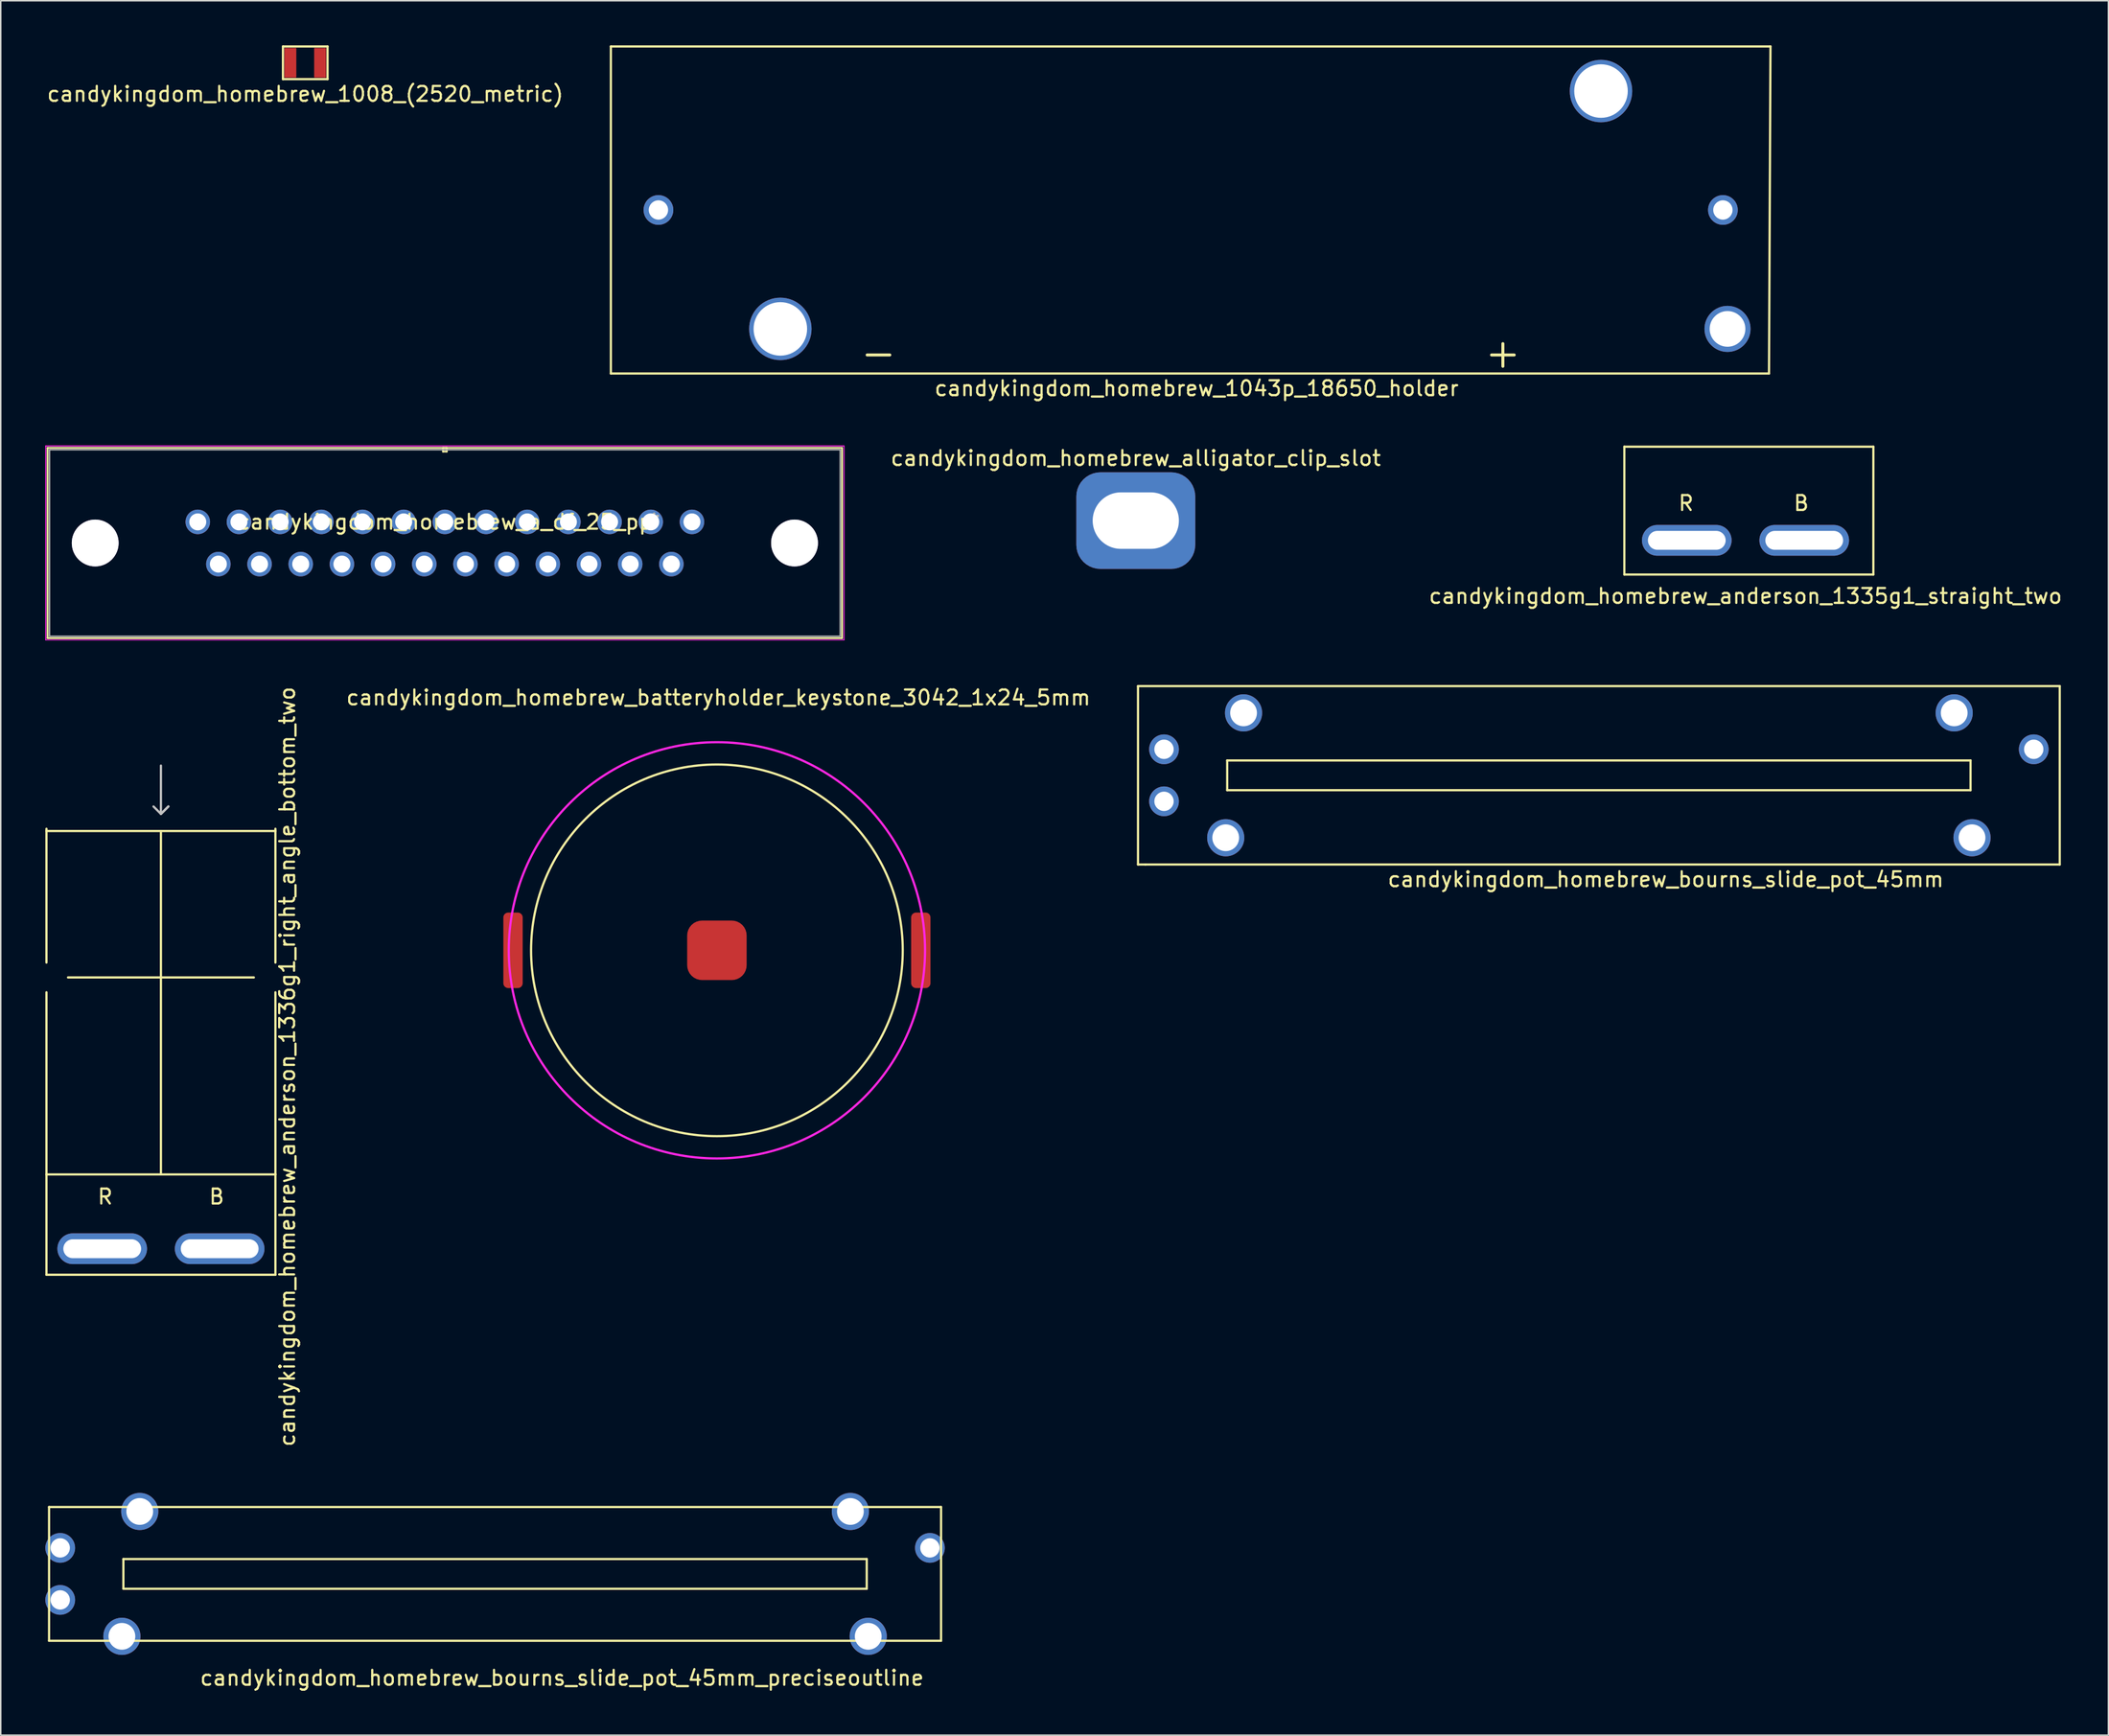
<source format=kicad_pcb>
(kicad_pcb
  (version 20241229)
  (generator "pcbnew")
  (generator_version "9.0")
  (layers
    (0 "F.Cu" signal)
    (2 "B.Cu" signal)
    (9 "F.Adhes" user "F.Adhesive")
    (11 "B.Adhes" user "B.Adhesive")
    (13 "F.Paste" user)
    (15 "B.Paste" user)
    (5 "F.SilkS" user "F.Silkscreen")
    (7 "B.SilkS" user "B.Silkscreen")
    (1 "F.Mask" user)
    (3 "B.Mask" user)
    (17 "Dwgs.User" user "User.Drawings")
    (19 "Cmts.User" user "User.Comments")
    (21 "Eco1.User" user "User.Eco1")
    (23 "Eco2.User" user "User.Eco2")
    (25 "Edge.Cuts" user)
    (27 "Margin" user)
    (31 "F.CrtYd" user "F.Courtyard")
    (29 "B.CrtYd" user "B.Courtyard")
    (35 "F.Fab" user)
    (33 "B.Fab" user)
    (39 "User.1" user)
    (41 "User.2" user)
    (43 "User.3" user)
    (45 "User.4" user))
  (footprint "candykingdom_homebrew_bourns_slide_pot_45mm"
    (layer "F.Cu")
    (at 104.496 49.104)
    (property "Reference" "candykingdom_homebrew_bourns_slide_pot_45mm" (at 4.5 7 0) (layer "F.SilkS") (effects (font (size 1 1) (thickness 0.15))))
    (attr through_hole)
    (fp_line (start -31 -6) (end 31 -6) (stroke (width 0.15) (type solid)) (layer "F.SilkS"))
    (fp_line (start -31 6) (end -31 -6) (stroke (width 0.15) (type solid)) (layer "F.SilkS"))
    (fp_line (start -30.5 6) (end -31 6) (stroke (width 0.15) (type solid)) (layer "F.SilkS"))
    (fp_line (start -25 -1) (end -25 1) (stroke (width 0.15) (type solid)) (layer "F.SilkS"))
    (fp_line (start -25 1) (end 25 1) (stroke (width 0.15) (type solid)) (layer "F.SilkS"))
    (fp_line (start 25 -1) (end -25 -1) (stroke (width 0.15) (type solid)) (layer "F.SilkS"))
    (fp_line (start 25 1) (end 25 -1) (stroke (width 0.15) (type solid)) (layer "F.SilkS"))
    (fp_line (start 31 -6) (end 31 6) (stroke (width 0.15) (type solid)) (layer "F.SilkS"))
    (fp_line (start 31 6) (end -30.5 6) (stroke (width 0.15) (type solid)) (layer "F.SilkS"))
    (pad "1" thru_hole circle (at -29.25 -1.75) (size 2 2) (drill 1.3) (layers "*.Cu" "*.Mask"))
    (pad "2" thru_hole circle (at -29.25 1.75) (size 2 2) (drill 1.3) (layers "*.Cu" "*.Mask"))
    (pad "3" thru_hole circle (at 29.25 -1.75) (size 2 2) (drill 1.3) (layers "*.Cu" "*.Mask"))
    (pad "4" thru_hole circle (at -25.1 4.2) (size 2.5 2.5) (drill 1.8) (layers "*.Cu" "*.Mask"))
    (pad "4" thru_hole circle (at -23.9 -4.2) (size 2.5 2.5) (drill 1.8) (layers "*.Cu" "*.Mask"))
    (pad "4" thru_hole circle (at 23.9 -4.2) (size 2.5 2.5) (drill 1.8) (layers "*.Cu" "*.Mask"))
    (pad "4" thru_hole circle (at 25.1 4.2) (size 2.5 2.5) (drill 1.8) (layers "*.Cu" "*.Mask")))
  (footprint "candykingdom_homebrew_1008_(2520_metric)"
    (layer "F.Cu")
    (at 17.482 1.175)
    (property "Reference" "candykingdom_homebrew_1008_(2520_metric)" (at 0 2.1 0) (layer "F.SilkS") (effects (font (size 1 1) (thickness 0.15))))
    (attr through_hole)
    (fp_line (start -1.5 -1.1) (end -1.5 1.1) (stroke (width 0.15) (type solid)) (layer "F.SilkS"))
    (fp_line (start -1.5 1.1) (end 1.5 1.1) (stroke (width 0.15) (type solid)) (layer "F.SilkS"))
    (fp_line (start 1.5 -1.1) (end -1.5 -1.1) (stroke (width 0.15) (type solid)) (layer "F.SilkS"))
    (fp_line (start 1.5 1.1) (end 1.5 -1.1) (stroke (width 0.15) (type solid)) (layer "F.SilkS"))
    (pad "1" smd rect (at -1 0) (size 0.8 2) (layers "F.Cu" "F.Mask" "F.Paste"))
    (pad "2" smd rect (at 1 0) (size 0.8 2) (layers "F.Cu" "F.Mask" "F.Paste")))
  (footprint "candykingdom_homebrew_1043p_18650_holder"
    (layer "F.Cu")
    (at 77.039 11.075)
    (property "Reference" "candykingdom_homebrew_1043p_18650_holder" (at 0.4 12 0) (layer "F.SilkS") (effects (font (size 1 1) (thickness 0.15))))
    (attr through_hole)
    (fp_line (start -39 -11) (end 39 -11) (stroke (width 0.15) (type solid)) (layer "F.SilkS"))
    (fp_line (start -39 11) (end -39 -11) (stroke (width 0.15) (type solid)) (layer "F.SilkS"))
    (fp_line (start 38.9 11) (end -39 11) (stroke (width 0.15) (type solid)) (layer "F.SilkS"))
    (fp_line (start 39 -11) (end 38.9 11) (stroke (width 0.15) (type solid)) (layer "F.SilkS"))
    (fp_text user "+" (at 21 9.6 0) (layer "F.SilkS") (effects (font (size 2 2) (thickness 0.2))))
    (fp_text user "-" (at -21 9.6 0) (layer "F.SilkS") (effects (font (size 2 2) (thickness 0.2))))
    (pad "" thru_hole circle (at -27.6 8) (size 4.2 4.2) (drill 3.6) (layers "*.Cu" "*.Mask"))
    (pad "" thru_hole circle (at 27.6 -8) (size 4.2 4.2) (drill 3.6) (layers "*.Cu" "*.Mask"))
    (pad "" thru_hole circle (at 36.11 8) (size 3.1 3.1) (drill 2.4) (layers "*.Cu" "*.Mask"))
    (pad "1" thru_hole circle (at 35.8 0) (size 2 2) (drill 1.3) (layers "*.Cu" "*.Mask"))
    (pad "2" thru_hole circle (at -35.8 0) (size 2 2) (drill 1.3) (layers "*.Cu" "*.Mask")))
  (footprint "candykingdom_homebrew_a_df_25_pp"
    (layer "F.Cu")
    (at 43.493 32.057)
    (property "Reference" "candykingdom_homebrew_a_df_25_pp" (at -16.62 0 0) (layer "F.SilkS") (effects (font (size 1 1) (thickness 0.15))))
    (attr through_hole)
    (fp_line (start -43.341 -4.982) (end -43.341 7.82) (stroke (width 0.12) (type solid)) (layer "F.SilkS"))
    (fp_line (start -43.341 7.82) (end 10.101 7.82) (stroke (width 0.12) (type solid)) (layer "F.SilkS"))
    (fp_line (start -16.747 -4.982) (end -16.747 -4.728) (stroke (width 0.12) (type solid)) (layer "F.SilkS"))
    (fp_line (start -16.747 -4.728) (end -16.493 -4.728) (stroke (width 0.12) (type solid)) (layer "F.SilkS"))
    (fp_line (start -16.493 -4.982) (end -16.747 -4.982) (stroke (width 0.12) (type solid)) (layer "F.SilkS"))
    (fp_line (start -16.493 -4.728) (end -16.493 -4.982) (stroke (width 0.12) (type solid)) (layer "F.SilkS"))
    (fp_line (start 10.101 -4.982) (end -43.341 -4.982) (stroke (width 0.12) (type solid)) (layer "F.SilkS"))
    (fp_line (start 10.101 7.82) (end 10.101 -4.982) (stroke (width 0.12) (type solid)) (layer "F.SilkS"))
    (fp_line (start -43.468 -5.109) (end -43.468 7.947) (stroke (width 0.05) (type solid)) (layer "F.CrtYd"))
    (fp_line (start -43.468 -5.109) (end -43.468 7.947) (stroke (width 0.05) (type solid)) (layer "F.CrtYd"))
    (fp_line (start -43.468 7.947) (end 10.228 7.947) (stroke (width 0.05) (type solid)) (layer "F.CrtYd"))
    (fp_line (start -43.468 7.947) (end 10.228 7.947) (stroke (width 0.05) (type solid)) (layer "F.CrtYd"))
    (fp_line (start 10.228 -5.109) (end -43.468 -5.109) (stroke (width 0.05) (type solid)) (layer "F.CrtYd"))
    (fp_line (start 10.228 -5.109) (end -43.468 -5.109) (stroke (width 0.05) (type solid)) (layer "F.CrtYd"))
    (fp_line (start 10.228 7.947) (end 10.228 -5.109) (stroke (width 0.05) (type solid)) (layer "F.CrtYd"))
    (fp_line (start 10.228 7.947) (end 10.228 -5.109) (stroke (width 0.05) (type solid)) (layer "F.CrtYd"))
    (fp_line (start -43.214 -4.855) (end -43.214 7.693) (stroke (width 0.1) (type solid)) (layer "F.Fab"))
    (fp_line (start -43.214 7.693) (end 9.974 7.693) (stroke (width 0.1) (type solid)) (layer "F.Fab"))
    (fp_line (start -16.62 -4.855) (end -16.62 -4.855) (stroke (width 0.1) (type solid)) (layer "F.Fab"))
    (fp_line (start -16.62 -4.855) (end -16.62 -4.855) (stroke (width 0.1) (type solid)) (layer "F.Fab"))
    (fp_line (start -16.62 -4.855) (end -16.62 -4.855) (stroke (width 0.1) (type solid)) (layer "F.Fab"))
    (fp_line (start -16.62 -4.855) (end -16.62 -4.855) (stroke (width 0.1) (type solid)) (layer "F.Fab"))
    (fp_line (start 9.974 -4.855) (end -43.214 -4.855) (stroke (width 0.1) (type solid)) (layer "F.Fab"))
    (fp_line (start 9.974 7.693) (end 9.974 -4.855) (stroke (width 0.1) (type solid)) (layer "F.Fab"))
    (fp_text user "*" (at -2.54 0 0) (layer "F.SilkS") (effects (font (size 1 1) (thickness 0.15))))
    (fp_text user "*" (at -2.54 0 0) (layer "F.SilkS") (effects (font (size 1 1) (thickness 0.15))))
    (fp_text user "Copyright 2021 Accelerated Designs. All rights reserved." (at 0 0 0) (layer "Cmts.User") (effects (font (size 0.127 0.127) (thickness 0.002))))
    (fp_text user "*" (at -2.54 0 0) (layer "F.Fab") (effects (font (size 1 1) (thickness 0.15))))
    (fp_text user "*" (at -2.54 0 0) (layer "F.Fab") (effects (font (size 1 1) (thickness 0.15))))
    (pad "1" thru_hole circle (at 0 0) (size 1.651 1.651) (drill 1.143) (layers "*.Cu" "*.Mask"))
    (pad "2" thru_hole circle (at -2.77 0) (size 1.651 1.651) (drill 1.143) (layers "*.Cu" "*.Mask"))
    (pad "3" thru_hole circle (at -5.54 0) (size 1.651 1.651) (drill 1.143) (layers "*.Cu" "*.Mask"))
    (pad "4" thru_hole circle (at -8.31 0) (size 1.651 1.651) (drill 1.143) (layers "*.Cu" "*.Mask"))
    (pad "5" thru_hole circle (at -11.08 0) (size 1.651 1.651) (drill 1.143) (layers "*.Cu" "*.Mask"))
    (pad "6" thru_hole circle (at -13.85 0) (size 1.651 1.651) (drill 1.143) (layers "*.Cu" "*.Mask"))
    (pad "7" thru_hole circle (at -16.62 0) (size 1.651 1.651) (drill 1.143) (layers "*.Cu" "*.Mask"))
    (pad "8" thru_hole circle (at -19.39 0) (size 1.651 1.651) (drill 1.143) (layers "*.Cu" "*.Mask"))
    (pad "9" thru_hole circle (at -22.16 0) (size 1.651 1.651) (drill 1.143) (layers "*.Cu" "*.Mask"))
    (pad "10" thru_hole circle (at -24.93 0) (size 1.651 1.651) (drill 1.143) (layers "*.Cu" "*.Mask"))
    (pad "11" thru_hole circle (at -27.7 0) (size 1.651 1.651) (drill 1.143) (layers "*.Cu" "*.Mask"))
    (pad "12" thru_hole circle (at -30.47 0) (size 1.651 1.651) (drill 1.143) (layers "*.Cu" "*.Mask"))
    (pad "13" thru_hole circle (at -33.24 0) (size 1.651 1.651) (drill 1.143) (layers "*.Cu" "*.Mask"))
    (pad "14" thru_hole circle (at -1.385 2.84) (size 1.651 1.651) (drill 1.143) (layers "*.Cu" "*.Mask"))
    (pad "15" thru_hole circle (at -4.155 2.84) (size 1.651 1.651) (drill 1.143) (layers "*.Cu" "*.Mask"))
    (pad "16" thru_hole circle (at -6.925 2.84) (size 1.651 1.651) (drill 1.143) (layers "*.Cu" "*.Mask"))
    (pad "17" thru_hole circle (at -9.695 2.84) (size 1.651 1.651) (drill 1.143) (layers "*.Cu" "*.Mask"))
    (pad "18" thru_hole circle (at -12.465 2.84) (size 1.651 1.651) (drill 1.143) (layers "*.Cu" "*.Mask"))
    (pad "19" thru_hole circle (at -15.235 2.84) (size 1.651 1.651) (drill 1.143) (layers "*.Cu" "*.Mask"))
    (pad "20" thru_hole circle (at -18.005 2.84) (size 1.651 1.651) (drill 1.143) (layers "*.Cu" "*.Mask"))
    (pad "21" thru_hole circle (at -20.775 2.84) (size 1.651 1.651) (drill 1.143) (layers "*.Cu" "*.Mask"))
    (pad "22" thru_hole circle (at -23.545 2.84) (size 1.651 1.651) (drill 1.143) (layers "*.Cu" "*.Mask"))
    (pad "23" thru_hole circle (at -26.315 2.84) (size 1.651 1.651) (drill 1.143) (layers "*.Cu" "*.Mask"))
    (pad "24" thru_hole circle (at -29.085 2.84) (size 1.651 1.651) (drill 1.143) (layers "*.Cu" "*.Mask"))
    (pad "25" thru_hole circle (at -31.855 2.84) (size 1.651 1.651) (drill 1.143) (layers "*.Cu" "*.Mask"))
    (pad "26" thru_hole circle (at -40.14 1.42) (size 3.15 3.15) (drill 3.15) (layers "*.Cu" "*.Mask"))
    (pad "27" thru_hole circle (at 6.9 1.42) (size 3.15 3.15) (drill 3.15) (layers "*.Cu" "*.Mask")))
  (footprint "candykingdom_homebrew_bourns_slide_pot_45mm_preciseoutline"
    (layer "F.Cu")
    (at 30.25 102.824)
    (property "Reference" "candykingdom_homebrew_bourns_slide_pot_45mm_preciseoutline" (at 4.5 7 0) (layer "F.SilkS") (effects (font (size 1 1) (thickness 0.15))))
    (attr through_hole)
    (fp_line (start -30 -4.5) (end 30 -4.5) (stroke (width 0.15) (type solid)) (layer "F.SilkS"))
    (fp_line (start -30 4.5) (end -30 -4.5) (stroke (width 0.15) (type solid)) (layer "F.SilkS"))
    (fp_line (start -25 -1) (end -25 1) (stroke (width 0.15) (type solid)) (layer "F.SilkS"))
    (fp_line (start -25 1) (end 25 1) (stroke (width 0.15) (type solid)) (layer "F.SilkS"))
    (fp_line (start 25 -1) (end -25 -1) (stroke (width 0.15) (type solid)) (layer "F.SilkS"))
    (fp_line (start 25 1) (end 25 -1) (stroke (width 0.15) (type solid)) (layer "F.SilkS"))
    (fp_line (start 30 -4.5) (end 30 4.5) (stroke (width 0.15) (type solid)) (layer "F.SilkS"))
    (fp_line (start 30 4.5) (end -30 4.5) (stroke (width 0.15) (type solid)) (layer "F.SilkS"))
    (pad "1" thru_hole circle (at -29.25 -1.75) (size 2 2) (drill 1.3) (layers "*.Cu" "*.Mask"))
    (pad "2" thru_hole circle (at -29.25 1.75) (size 2 2) (drill 1.3) (layers "*.Cu" "*.Mask"))
    (pad "3" thru_hole circle (at 29.25 -1.75) (size 2 2) (drill 1.3) (layers "*.Cu" "*.Mask"))
    (pad "4" thru_hole circle (at -25.1 4.2) (size 2.5 2.5) (drill 1.8) (layers "*.Cu" "*.Mask"))
    (pad "4" thru_hole circle (at -23.9 -4.2) (size 2.5 2.5) (drill 1.8) (layers "*.Cu" "*.Mask"))
    (pad "4" thru_hole circle (at 23.9 -4.2) (size 2.5 2.5) (drill 1.8) (layers "*.Cu" "*.Mask"))
    (pad "4" thru_hole circle (at 25.1 4.2) (size 2.5 2.5) (drill 1.8) (layers "*.Cu" "*.Mask")))
  (footprint "candykingdom_homebrew_alligator_clip_slot"
    (layer "F.Cu")
    (at 73.347 31.971)
    (property "Reference" "candykingdom_homebrew_alligator_clip_slot" (at 0 -4.2 0) (layer "F.SilkS") (effects (font (size 1 1) (thickness 0.15))))
    (attr through_hole)
    (pad "1" thru_hole roundrect (at 0 0) (size 8 6.5) (drill oval 5.8 3.8) (layers "*.Cu" "*.Mask") (roundrect_rratio 0.25)))
  (footprint "candykingdom_homebrew_anderson_1335g1_straight_two"
    (layer "F.Cu")
    (at 114.359 31.898)
    (property "Reference" "candykingdom_homebrew_anderson_1335g1_straight_two" (at 0 5.15 0) (layer "F.SilkS") (effects (font (size 1 1) (thickness 0.15))))
    (attr through_hole)
    (fp_line (start -8.15 -4.9) (end 8.6 -4.9) (stroke (width 0.15) (type solid)) (layer "F.SilkS"))
    (fp_line (start -8.15 3.7) (end -8.15 -4.9) (stroke (width 0.15) (type solid)) (layer "F.SilkS"))
    (fp_line (start 8.6 -4.9) (end 8.6 3.7) (stroke (width 0.15) (type solid)) (layer "F.SilkS"))
    (fp_line (start 8.6 3.7) (end -8.15 3.7) (stroke (width 0.15) (type solid)) (layer "F.SilkS"))
    (fp_text user "R" (at -4 -1.1 0) (layer "F.SilkS") (effects (font (size 1 1) (thickness 0.15))))
    (fp_text user "B" (at 3.75 -1.1 0) (layer "F.SilkS") (effects (font (size 1 1) (thickness 0.15))))
    (pad "1" thru_hole oval (at -3.95 1.4) (size 6.03 2.07) (drill oval 5.23 1.27) (layers "*.Cu" "*.Mask"))
    (pad "2" thru_hole oval (at 3.95 1.4) (size 6.03 2.07) (drill oval 5.23 1.27) (layers "*.Cu" "*.Mask")))
  (footprint "candykingdom_homebrew_batteryholder_keystone_3042_1x24_5mm"
    (layer "F.Cu")
    (at 45.172 60.877)
    (property "Reference" "candykingdom_homebrew_batteryholder_keystone_3042_1x24_5mm" (at 0.1 -17 0) (layer "F.SilkS") (effects (font (size 1 1) (thickness 0.15))))
    (attr through_hole)
    (fp_circle (center 0 0) (end 12.5 0) (stroke (width 0.15) (type solid)) (fill no) (layer "F.SilkS"))
    (fp_circle (center 0 0) (end 14 0) (stroke (width 0.15) (type solid)) (fill no) (layer "F.CrtYd"))
    (pad "+" smd roundrect (at -13.715 0) (size 1.3 5.08) (layers "F.Cu" "F.Mask" "F.Paste") (roundrect_rratio 0.25))
    (pad "+" smd roundrect (at 13.715 0) (size 1.3 5.08) (layers "F.Cu" "F.Mask" "F.Paste") (roundrect_rratio 0.25))
    (pad "-" smd roundrect (at 0 0) (size 4 4) (layers "F.Cu" "F.Mask" "F.Paste") (roundrect_rratio 0.25)))
  (footprint "candykingdom_homebrew_anderson_1336g1_right_angle_bottom_two"
    (layer "F.Cu")
    (at 7.775 80.951)
    (property "Reference" "candykingdom_homebrew_anderson_1336g1_right_angle_bottom_two" (at 8.5 -12.25 90) (layer "F.SilkS") (effects (font (size 1 1) (thickness 0.15))))
    (attr through_hole)
    (fp_line (start -7.7 -28.25) (end -7.7 -19.25) (stroke (width 0.15) (type solid)) (layer "F.SilkS"))
    (fp_line (start -7.7 -28.1) (end 7.7 -28.1) (stroke (width 0.15) (type solid)) (layer "F.SilkS"))
    (fp_line (start -7.7 -17.25) (end -7.7 -5) (stroke (width 0.15) (type solid)) (layer "F.SilkS"))
    (fp_line (start -7.7 -5) (end -7.7 1.75) (stroke (width 0.15) (type solid)) (layer "F.SilkS"))
    (fp_line (start -7.7 -5) (end 7.7 -5) (stroke (width 0.15) (type solid)) (layer "F.SilkS"))
    (fp_line (start -7.7 1.75) (end 7.7 1.75) (stroke (width 0.15) (type solid)) (layer "F.SilkS"))
    (fp_line (start -6.25 -18.25) (end 6.25 -18.25) (stroke (width 0.15) (type solid)) (layer "F.SilkS"))
    (fp_line (start 0 -28) (end 0 -5) (stroke (width 0.15) (type solid)) (layer "F.SilkS"))
    (fp_line (start 7.7 -19.25) (end 7.7 -28.25) (stroke (width 0.15) (type solid)) (layer "F.SilkS"))
    (fp_line (start 7.7 -5) (end 7.7 -17.25) (stroke (width 0.15) (type solid)) (layer "F.SilkS"))
    (fp_line (start 7.7 1.75) (end 7.7 -5) (stroke (width 0.15) (type solid)) (layer "F.SilkS"))
    (fp_line (start 0 -32.5) (end 0 -29.25) (stroke (width 0.15) (type solid)) (layer "Dwgs.User"))
    (fp_line (start 0 -29.25) (end -0.5 -29.75) (stroke (width 0.15) (type solid)) (layer "Dwgs.User"))
    (fp_line (start 0 -29.25) (end 0.5 -29.75) (stroke (width 0.15) (type solid)) (layer "Dwgs.User"))
    (fp_line (start 0.5 -29.75) (end 0 -29.25) (stroke (width 0.15) (type solid)) (layer "Dwgs.User"))
    (fp_text user "B" (at 3.75 -3.5 0) (layer "F.SilkS") (effects (font (size 1 1) (thickness 0.15))))
    (fp_text user "R" (at -3.75 -3.5 0) (layer "F.SilkS") (effects (font (size 1 1) (thickness 0.15))))
    (pad "1" thru_hole oval (at -3.95 0) (size 6.03 2.07) (drill oval 5.23 1.27) (layers "*.Cu" "*.Mask"))
    (pad "2" thru_hole oval (at 3.95 0) (size 6.03 2.07) (drill oval 5.23 1.27) (layers "*.Cu" "*.Mask")))
  (gr_rect
    (start -3 -3)
    (end 138.769 113.672)
    (stroke (width 0.1) (type default))
    (fill no)
    (layer "Edge.Cuts")))
</source>
